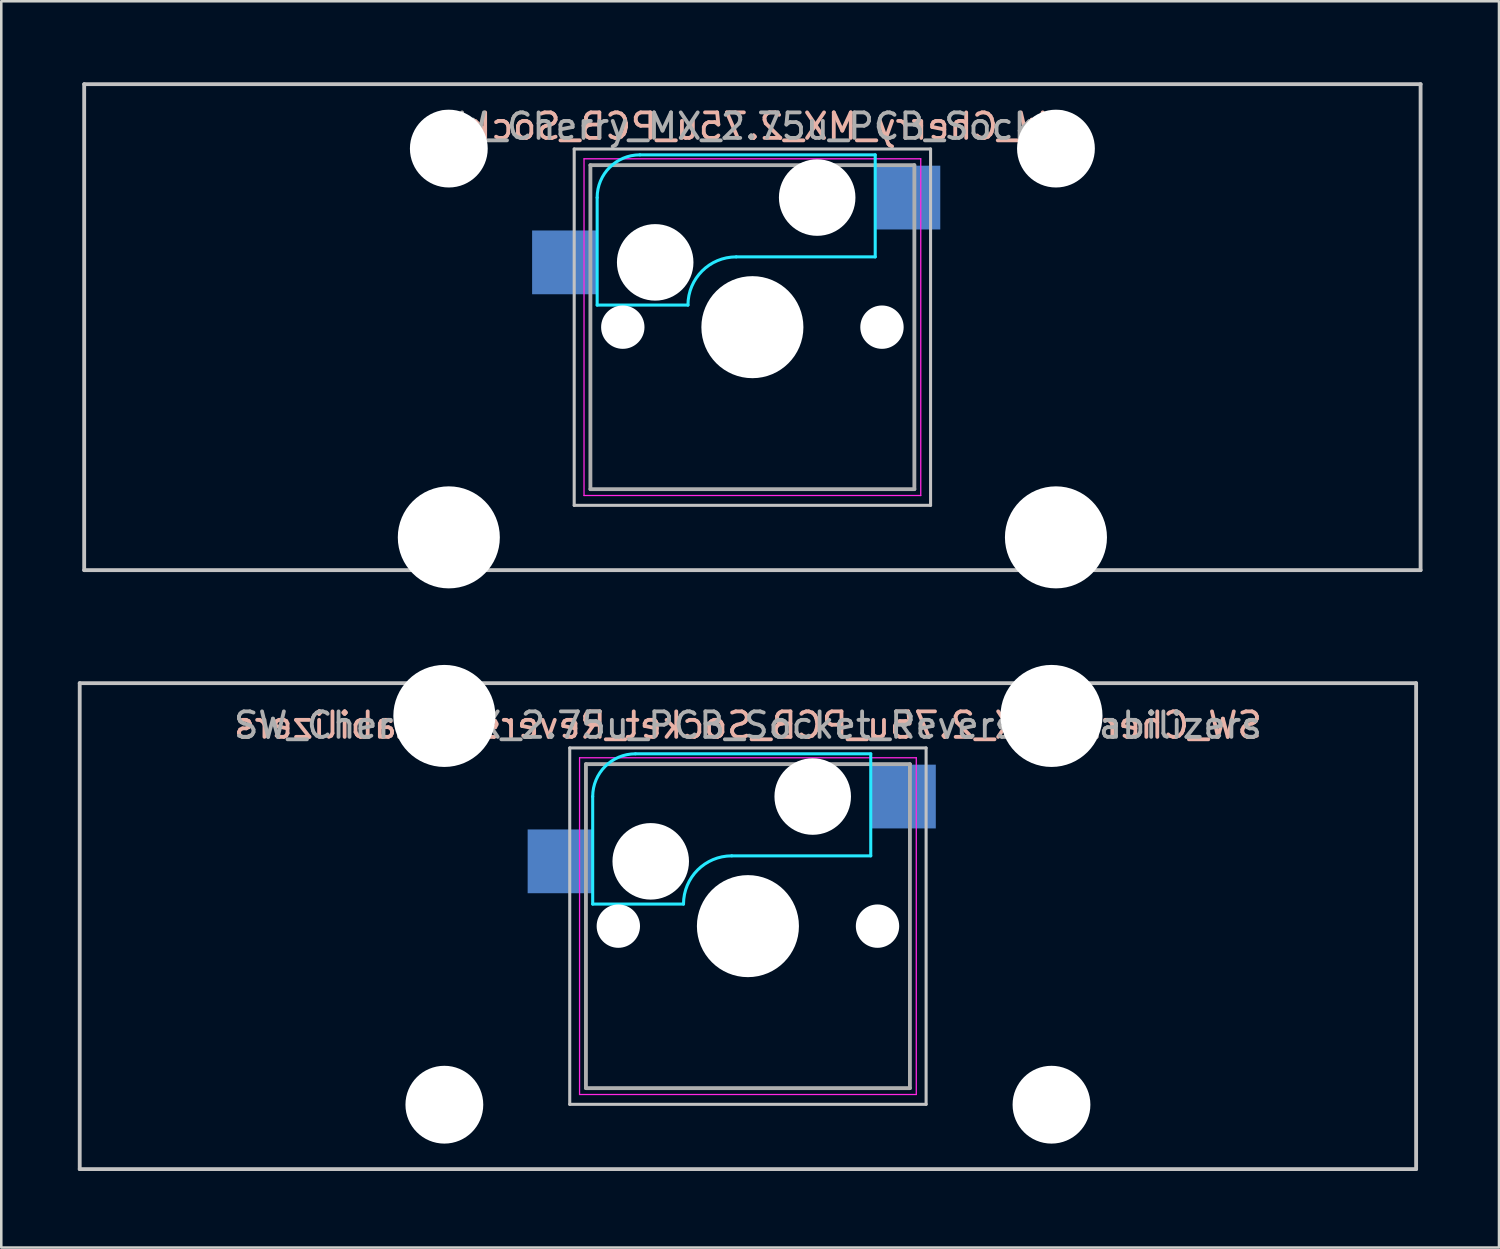
<source format=kicad_pcb>
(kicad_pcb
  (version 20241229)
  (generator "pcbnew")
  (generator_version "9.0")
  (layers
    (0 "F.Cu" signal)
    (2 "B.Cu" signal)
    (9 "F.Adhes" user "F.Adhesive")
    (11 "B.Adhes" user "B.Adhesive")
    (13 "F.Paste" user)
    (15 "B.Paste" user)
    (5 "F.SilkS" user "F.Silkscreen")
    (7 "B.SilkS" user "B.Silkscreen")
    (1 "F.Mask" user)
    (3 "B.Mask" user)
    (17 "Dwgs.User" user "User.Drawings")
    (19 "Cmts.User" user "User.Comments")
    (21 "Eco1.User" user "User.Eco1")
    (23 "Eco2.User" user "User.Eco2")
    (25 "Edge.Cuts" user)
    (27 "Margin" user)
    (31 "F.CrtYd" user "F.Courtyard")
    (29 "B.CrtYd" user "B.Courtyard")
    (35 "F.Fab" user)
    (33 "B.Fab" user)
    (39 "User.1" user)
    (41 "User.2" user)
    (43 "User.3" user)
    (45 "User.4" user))
  (footprint "SW_Cherry_MX_2.75u_PCB_Socket"
    (layer "F.Cu")
    (at 0.25 0.25)
    (property "Reference" "SW_Cherry_MX_2.75u_PCB_Socket" (at 26.194 1.651 0) (layer "B.SilkS") (effects (font (size 1 1) (thickness 0.15)) (justify mirror)))
    (attr through_hole)
    (fp_line (start 0 0) (end 52.388 0) (stroke (width 0.15) (type solid)) (layer "Dwgs.User"))
    (fp_line (start 0 19.05) (end 0 0) (stroke (width 0.15) (type solid)) (layer "Dwgs.User"))
    (fp_line (start 19.209 2.54) (end 33.179 2.54) (stroke (width 0.12) (type solid)) (layer "Dwgs.User"))
    (fp_line (start 19.209 16.51) (end 19.209 2.54) (stroke (width 0.12) (type solid)) (layer "Dwgs.User"))
    (fp_line (start 33.179 2.54) (end 33.179 16.51) (stroke (width 0.12) (type solid)) (layer "Dwgs.User"))
    (fp_line (start 33.179 16.51) (end 19.209 16.51) (stroke (width 0.12) (type solid)) (layer "Dwgs.User"))
    (fp_line (start 52.388 0) (end 52.388 19.05) (stroke (width 0.15) (type solid)) (layer "Dwgs.User"))
    (fp_line (start 52.388 19.05) (end 0 19.05) (stroke (width 0.15) (type solid)) (layer "Dwgs.User"))
    (fp_line (start 20.109 8.66) (end 20.109 4.445) (stroke (width 0.12) (type solid)) (layer "B.CrtYd"))
    (fp_line (start 20.109 8.66) (end 23.669 8.66) (stroke (width 0.12) (type solid)) (layer "B.CrtYd"))
    (fp_line (start 21.784 2.77) (end 31.009 2.77) (stroke (width 0.12) (type solid)) (layer "B.CrtYd"))
    (fp_line (start 31.009 2.77) (end 31.009 6.77) (stroke (width 0.12) (type solid)) (layer "B.CrtYd"))
    (fp_line (start 31.009 6.77) (end 25.559 6.77) (stroke (width 0.12) (type solid)) (layer "B.CrtYd"))
    (fp_arc (start 20.10875 4.445) (mid 20.599346 3.260596) (end 21.78375 2.77) (stroke (width 0.12) (type solid)) (layer "B.CrtYd"))
    (fp_arc (start 23.66875 8.66) (mid 24.222318 7.323568) (end 25.55875 6.77) (stroke (width 0.12) (type solid)) (layer "B.CrtYd"))
    (fp_line (start 19.594 2.925) (end 32.794 2.925) (stroke (width 0.05) (type solid)) (layer "F.CrtYd"))
    (fp_line (start 19.594 16.125) (end 19.594 2.925) (stroke (width 0.05) (type solid)) (layer "F.CrtYd"))
    (fp_line (start 32.794 2.925) (end 32.794 16.125) (stroke (width 0.05) (type solid)) (layer "F.CrtYd"))
    (fp_line (start 32.794 16.125) (end 19.594 16.125) (stroke (width 0.05) (type solid)) (layer "F.CrtYd"))
    (fp_line (start 19.844 3.175) (end 32.544 3.175) (stroke (width 0.15) (type solid)) (layer "F.Fab"))
    (fp_line (start 19.844 15.875) (end 19.844 3.175) (stroke (width 0.15) (type solid)) (layer "F.Fab"))
    (fp_line (start 32.544 3.175) (end 32.544 15.875) (stroke (width 0.15) (type solid)) (layer "F.Fab"))
    (fp_line (start 32.544 15.875) (end 19.844 15.875) (stroke (width 0.15) (type solid)) (layer "F.Fab"))
    (fp_text user "${REFERENCE}" (at 26.194 1.651 0) (layer "F.Fab") (effects (font (size 1 1) (thickness 0.15))))
    (pad "" np_thru_hole circle (at 14.294 2.525) (size 3.05 3.05) (drill 3.05) (layers "*.Cu" "*.Mask"))
    (pad "" np_thru_hole circle (at 14.294 17.765) (size 4 4) (drill 4) (layers "*.Cu" "*.Mask"))
    (pad "" np_thru_hole circle (at 21.114 9.525) (size 1.7 1.7) (drill 1.7) (layers "*.Cu" "*.Mask"))
    (pad "" np_thru_hole circle (at 22.384 6.985) (size 3 3) (drill 3) (layers "*.Cu" "*.Mask"))
    (pad "" np_thru_hole circle (at 26.194 9.525) (size 4 4) (drill 4) (layers "*.Cu" "*.Mask"))
    (pad "" np_thru_hole circle (at 28.734 4.445) (size 3 3) (drill 3) (layers "*.Cu" "*.Mask"))
    (pad "" np_thru_hole circle (at 31.274 9.525) (size 1.7 1.7) (drill 1.7) (layers "*.Cu" "*.Mask"))
    (pad "" np_thru_hole circle (at 38.094 2.525) (size 3.05 3.05) (drill 3.05) (layers "*.Cu" "*.Mask"))
    (pad "" np_thru_hole circle (at 38.094 17.765) (size 4 4) (drill 4) (layers "*.Cu" "*.Mask"))
    (pad "1" smd rect (at 32.284 4.445) (size 2.55 2.5) (layers "B.Cu" "B.Mask" "B.Paste"))
    (pad "2" smd rect (at 18.834 6.985) (size 2.55 2.5) (layers "B.Cu" "B.Mask" "B.Paste")))
  (footprint "SW_Cherry_MX_2.75u_PCB_Socket_ReversedStabilizers"
    (layer "F.Cu")
    (at 26.269 33.255)
    (property "Reference" "SW_Cherry_MX_2.75u_PCB_Socket_ReversedStabilizers" (at 0 -7.874 0) (layer "B.SilkS") (effects (font (size 1 1) (thickness 0.15)) (justify mirror)))
    (attr through_hole)
    (fp_line (start -26.194 -9.525) (end 26.194 -9.525) (stroke (width 0.15) (type solid)) (layer "Dwgs.User"))
    (fp_line (start -26.194 9.525) (end -26.194 -9.525) (stroke (width 0.15) (type solid)) (layer "Dwgs.User"))
    (fp_line (start -6.985 -6.985) (end 6.985 -6.985) (stroke (width 0.12) (type solid)) (layer "Dwgs.User"))
    (fp_line (start -6.985 6.985) (end -6.985 -6.985) (stroke (width 0.12) (type solid)) (layer "Dwgs.User"))
    (fp_line (start 6.985 -6.985) (end 6.985 6.985) (stroke (width 0.12) (type solid)) (layer "Dwgs.User"))
    (fp_line (start 6.985 6.985) (end -6.985 6.985) (stroke (width 0.12) (type solid)) (layer "Dwgs.User"))
    (fp_line (start 26.194 -9.525) (end 26.194 9.525) (stroke (width 0.15) (type solid)) (layer "Dwgs.User"))
    (fp_line (start 26.194 9.525) (end -26.194 9.525) (stroke (width 0.15) (type solid)) (layer "Dwgs.User"))
    (fp_line (start -6.085 -0.865) (end -6.085 -5.08) (stroke (width 0.12) (type solid)) (layer "B.CrtYd"))
    (fp_line (start -6.085 -0.865) (end -2.525 -0.865) (stroke (width 0.12) (type solid)) (layer "B.CrtYd"))
    (fp_line (start -4.41 -6.755) (end 4.815 -6.755) (stroke (width 0.12) (type solid)) (layer "B.CrtYd"))
    (fp_line (start 4.815 -6.755) (end 4.815 -2.755) (stroke (width 0.12) (type solid)) (layer "B.CrtYd"))
    (fp_line (start 4.815 -2.755) (end -0.635 -2.755) (stroke (width 0.12) (type solid)) (layer "B.CrtYd"))
    (fp_arc (start -6.085 -5.08) (mid -5.594404 -6.264404) (end -4.41 -6.755) (stroke (width 0.12) (type solid)) (layer "B.CrtYd"))
    (fp_arc (start -2.525 -0.865) (mid -1.971432 -2.201432) (end -0.635 -2.755) (stroke (width 0.12) (type solid)) (layer "B.CrtYd"))
    (fp_line (start -6.6 -6.6) (end 6.6 -6.6) (stroke (width 0.05) (type solid)) (layer "F.CrtYd"))
    (fp_line (start -6.6 6.6) (end -6.6 -6.6) (stroke (width 0.05) (type solid)) (layer "F.CrtYd"))
    (fp_line (start 6.6 -6.6) (end 6.6 6.6) (stroke (width 0.05) (type solid)) (layer "F.CrtYd"))
    (fp_line (start 6.6 6.6) (end -6.6 6.6) (stroke (width 0.05) (type solid)) (layer "F.CrtYd"))
    (fp_line (start -6.35 -6.35) (end 6.35 -6.35) (stroke (width 0.15) (type solid)) (layer "F.Fab"))
    (fp_line (start -6.35 6.35) (end -6.35 -6.35) (stroke (width 0.15) (type solid)) (layer "F.Fab"))
    (fp_line (start 6.35 -6.35) (end 6.35 6.35) (stroke (width 0.15) (type solid)) (layer "F.Fab"))
    (fp_line (start 6.35 6.35) (end -6.35 6.35) (stroke (width 0.15) (type solid)) (layer "F.Fab"))
    (fp_text user "${REFERENCE}" (at 0 -7.874 0) (layer "F.Fab") (effects (font (size 1 1) (thickness 0.15))))
    (pad "" np_thru_hole circle (at -11.9 -8.24) (size 4 4) (drill 4) (layers "*.Cu" "*.Mask"))
    (pad "" np_thru_hole circle (at -11.9 7) (size 3.05 3.05) (drill 3.05) (layers "*.Cu" "*.Mask"))
    (pad "" np_thru_hole circle (at -5.08 0) (size 1.7 1.7) (drill 1.7) (layers "*.Cu" "*.Mask"))
    (pad "" np_thru_hole circle (at -3.81 -2.54) (size 3 3) (drill 3) (layers "*.Cu" "*.Mask"))
    (pad "" np_thru_hole circle (at 0 0) (size 4 4) (drill 4) (layers "*.Cu" "*.Mask"))
    (pad "" np_thru_hole circle (at 2.54 -5.08) (size 3 3) (drill 3) (layers "*.Cu" "*.Mask"))
    (pad "" np_thru_hole circle (at 5.08 0) (size 1.7 1.7) (drill 1.7) (layers "*.Cu" "*.Mask"))
    (pad "" np_thru_hole circle (at 11.9 -8.24) (size 4 4) (drill 4) (layers "*.Cu" "*.Mask"))
    (pad "" np_thru_hole circle (at 11.9 7) (size 3.05 3.05) (drill 3.05) (layers "*.Cu" "*.Mask"))
    (pad "1" smd rect (at 6.09 -5.08) (size 2.55 2.5) (layers "B.Cu" "B.Mask" "B.Paste"))
    (pad "2" smd rect (at -7.36 -2.54) (size 2.55 2.5) (layers "B.Cu" "B.Mask" "B.Paste")))
  (gr_rect
    (start -3 -3)
    (end 55.712 45.855)
    (stroke (width 0.1) (type default))
    (fill no)
    (layer "Edge.Cuts")))
</source>
